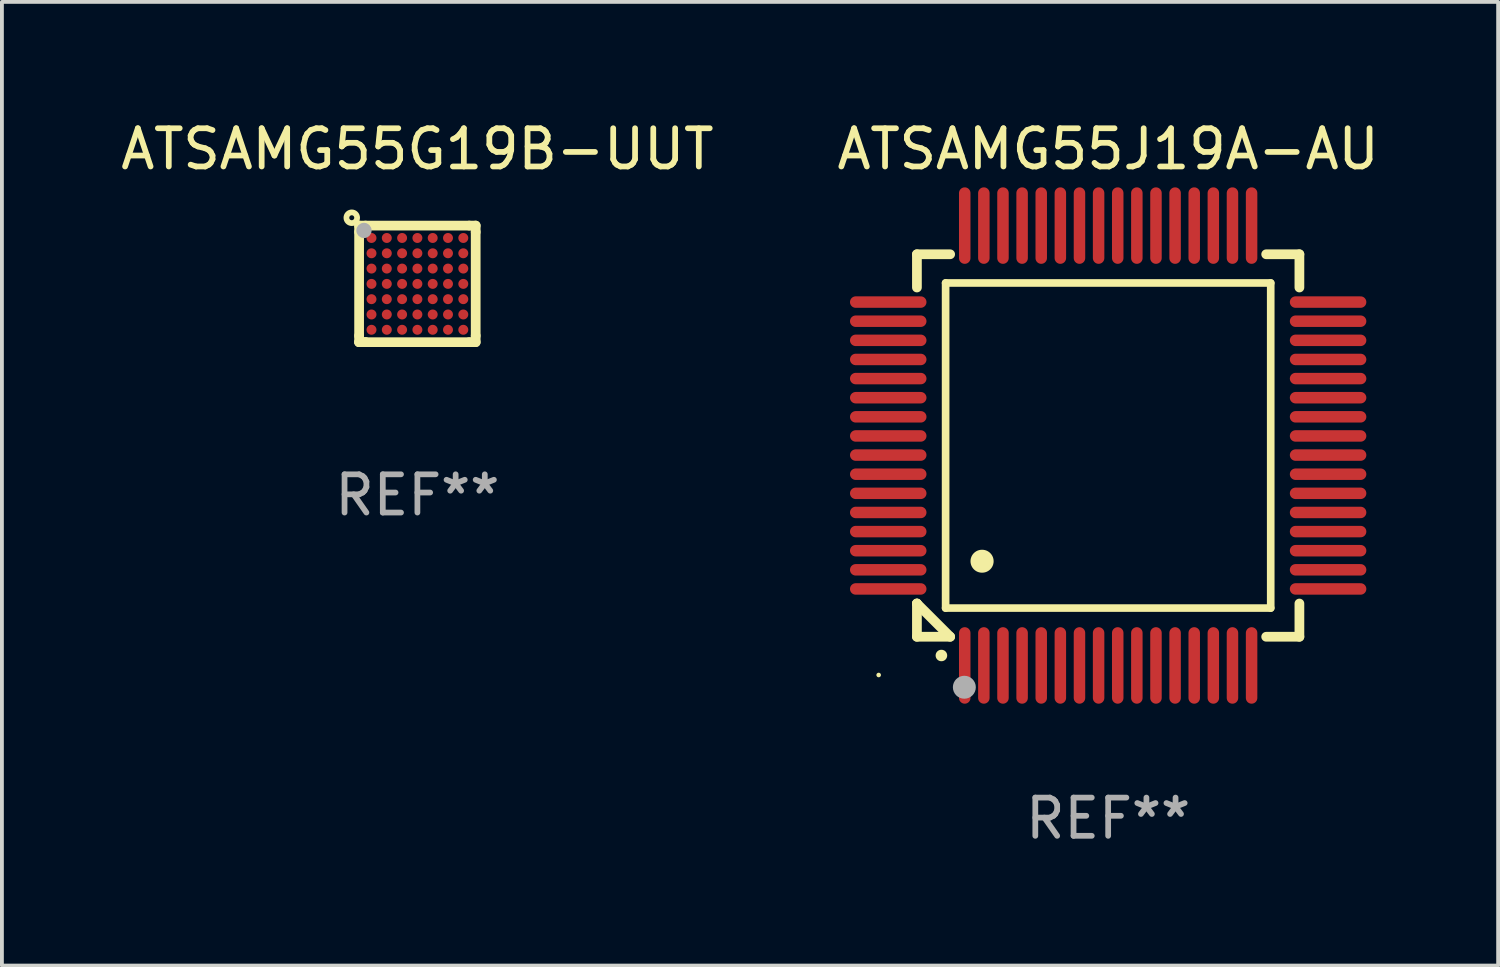
<source format=kicad_pcb>
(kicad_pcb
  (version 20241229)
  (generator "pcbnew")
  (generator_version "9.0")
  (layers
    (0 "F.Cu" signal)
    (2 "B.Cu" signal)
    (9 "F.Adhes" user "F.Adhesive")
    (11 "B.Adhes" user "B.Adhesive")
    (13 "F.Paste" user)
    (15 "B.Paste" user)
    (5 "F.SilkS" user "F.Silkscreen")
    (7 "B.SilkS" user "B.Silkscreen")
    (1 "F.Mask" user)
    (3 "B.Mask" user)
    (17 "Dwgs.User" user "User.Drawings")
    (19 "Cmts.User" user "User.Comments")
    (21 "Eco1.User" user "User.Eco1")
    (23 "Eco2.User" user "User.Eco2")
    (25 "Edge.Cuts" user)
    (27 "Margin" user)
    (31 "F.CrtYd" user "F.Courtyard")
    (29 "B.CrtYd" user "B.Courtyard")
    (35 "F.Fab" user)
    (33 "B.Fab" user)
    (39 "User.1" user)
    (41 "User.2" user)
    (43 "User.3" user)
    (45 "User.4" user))
  (footprint "ATSAMG55J19A-AU"
    (layer "F.Cu")
    (at 25.923 8.598)
    (property "Reference" "ATSAMG55J19A-AU" (at 0 -7.75 0) (layer "F.SilkS") (effects (font (size 1 1) (thickness 0.15))))
    (attr through_hole)
    (fp_line (start -5 -5) (end -4.131 -5) (stroke (width 0.254) (type solid)) (layer "F.SilkS"))
    (fp_line (start -5 -4.131) (end -5 -5) (stroke (width 0.254) (type solid)) (layer "F.SilkS"))
    (fp_line (start -5 4.131) (end -5 4.131) (stroke (width 0.254) (type solid)) (layer "F.SilkS"))
    (fp_line (start -5 5) (end -5 4.131) (stroke (width 0.254) (type solid)) (layer "F.SilkS"))
    (fp_line (start -5 4.131) (end -4.131 5) (stroke (width 0.254) (type solid)) (layer "F.SilkS"))
    (fp_line (start -4.25 -4.25) (end -4.25 4.25) (stroke (width 0.2) (type solid)) (layer "F.SilkS"))
    (fp_line (start -4.25 4.25) (end 4.25 4.25) (stroke (width 0.2) (type solid)) (layer "F.SilkS"))
    (fp_line (start -4.131 5) (end -5 5) (stroke (width 0.254) (type solid)) (layer "F.SilkS"))
    (fp_line (start 4.25 -4.25) (end -4.25 -4.25) (stroke (width 0.2) (type solid)) (layer "F.SilkS"))
    (fp_line (start 4.25 4.25) (end 4.25 -4.25) (stroke (width 0.2) (type solid)) (layer "F.SilkS"))
    (fp_line (start 5 -5) (end 4.131 -5) (stroke (width 0.254) (type solid)) (layer "F.SilkS"))
    (fp_line (start 5 -5) (end 5 -4.131) (stroke (width 0.254) (type solid)) (layer "F.SilkS"))
    (fp_line (start 5 4.131) (end 5 5) (stroke (width 0.254) (type solid)) (layer "F.SilkS"))
    (fp_line (start 5 5) (end 4.131 5) (stroke (width 0.254) (type solid)) (layer "F.SilkS"))
    (fp_arc (start -4.361265 5.489992) (mid -4.359995 5.489987) (end -4.358725 5.489992) (stroke (width 0.3) (type solid)) (layer "F.SilkS"))
    (fp_arc (start -3.299467 3.025146) (mid -3.296927 3.025135) (end -3.294387 3.025146) (stroke (width 0.6) (type solid)) (layer "F.SilkS"))
    (fp_circle (center -6 6) (end -5.97 6) (stroke (width 0.06) (type solid)) (fill no) (layer "F.SilkS"))
    (fp_circle (center -3.76 6.32) (end -3.61 6.32) (stroke (width 0.3) (type solid)) (fill no) (layer "F.Fab"))
    (fp_text user "REF**" (at 0 9.75 0) (layer "F.Fab") (effects (font (size 1 1) (thickness 0.15))))
    (pad "1" smd oval (at -3.75 5.75) (size 0.3 2) (layers "F.Cu" "F.Mask" "F.Paste"))
    (pad "2" smd oval (at -3.25 5.75) (size 0.3 2) (layers "F.Cu" "F.Mask" "F.Paste"))
    (pad "3" smd oval (at -2.75 5.75) (size 0.3 2) (layers "F.Cu" "F.Mask" "F.Paste"))
    (pad "4" smd oval (at -2.25 5.75) (size 0.3 2) (layers "F.Cu" "F.Mask" "F.Paste"))
    (pad "5" smd oval (at -1.75 5.75) (size 0.3 2) (layers "F.Cu" "F.Mask" "F.Paste"))
    (pad "6" smd oval (at -1.25 5.75) (size 0.3 2) (layers "F.Cu" "F.Mask" "F.Paste"))
    (pad "7" smd oval (at -0.75 5.75) (size 0.3 2) (layers "F.Cu" "F.Mask" "F.Paste"))
    (pad "8" smd oval (at -0.25 5.75) (size 0.3 2) (layers "F.Cu" "F.Mask" "F.Paste"))
    (pad "9" smd oval (at 0.25 5.75) (size 0.3 2) (layers "F.Cu" "F.Mask" "F.Paste"))
    (pad "10" smd oval (at 0.75 5.75) (size 0.3 2) (layers "F.Cu" "F.Mask" "F.Paste"))
    (pad "11" smd oval (at 1.25 5.75) (size 0.3 2) (layers "F.Cu" "F.Mask" "F.Paste"))
    (pad "12" smd oval (at 1.75 5.75) (size 0.3 2) (layers "F.Cu" "F.Mask" "F.Paste"))
    (pad "13" smd oval (at 2.25 5.75) (size 0.3 2) (layers "F.Cu" "F.Mask" "F.Paste"))
    (pad "14" smd oval (at 2.75 5.75) (size 0.3 2) (layers "F.Cu" "F.Mask" "F.Paste"))
    (pad "15" smd oval (at 3.25 5.75) (size 0.3 2) (layers "F.Cu" "F.Mask" "F.Paste"))
    (pad "16" smd oval (at 3.75 5.75) (size 0.3 2) (layers "F.Cu" "F.Mask" "F.Paste"))
    (pad "17" smd oval (at 5.75 3.75) (size 2 0.3) (layers "F.Cu" "F.Mask" "F.Paste"))
    (pad "18" smd oval (at 5.75 3.25) (size 2 0.3) (layers "F.Cu" "F.Mask" "F.Paste"))
    (pad "19" smd oval (at 5.75 2.75) (size 2 0.3) (layers "F.Cu" "F.Mask" "F.Paste"))
    (pad "20" smd oval (at 5.75 2.25) (size 2 0.3) (layers "F.Cu" "F.Mask" "F.Paste"))
    (pad "21" smd oval (at 5.75 1.75) (size 2 0.3) (layers "F.Cu" "F.Mask" "F.Paste"))
    (pad "22" smd oval (at 5.75 1.25) (size 2 0.3) (layers "F.Cu" "F.Mask" "F.Paste"))
    (pad "23" smd oval (at 5.75 0.75) (size 2 0.3) (layers "F.Cu" "F.Mask" "F.Paste"))
    (pad "24" smd oval (at 5.75 0.25) (size 2 0.3) (layers "F.Cu" "F.Mask" "F.Paste"))
    (pad "25" smd oval (at 5.75 -0.25) (size 2 0.3) (layers "F.Cu" "F.Mask" "F.Paste"))
    (pad "26" smd oval (at 5.75 -0.75) (size 2 0.3) (layers "F.Cu" "F.Mask" "F.Paste"))
    (pad "27" smd oval (at 5.75 -1.25) (size 2 0.3) (layers "F.Cu" "F.Mask" "F.Paste"))
    (pad "28" smd oval (at 5.75 -1.75) (size 2 0.3) (layers "F.Cu" "F.Mask" "F.Paste"))
    (pad "29" smd oval (at 5.75 -2.25) (size 2 0.3) (layers "F.Cu" "F.Mask" "F.Paste"))
    (pad "30" smd oval (at 5.75 -2.75) (size 2 0.3) (layers "F.Cu" "F.Mask" "F.Paste"))
    (pad "31" smd oval (at 5.75 -3.25) (size 2 0.3) (layers "F.Cu" "F.Mask" "F.Paste"))
    (pad "32" smd oval (at 5.75 -3.75) (size 2 0.3) (layers "F.Cu" "F.Mask" "F.Paste"))
    (pad "33" smd oval (at 3.75 -5.75) (size 0.3 2) (layers "F.Cu" "F.Mask" "F.Paste"))
    (pad "34" smd oval (at 3.25 -5.75) (size 0.3 2) (layers "F.Cu" "F.Mask" "F.Paste"))
    (pad "35" smd oval (at 2.75 -5.75) (size 0.3 2) (layers "F.Cu" "F.Mask" "F.Paste"))
    (pad "36" smd oval (at 2.25 -5.75) (size 0.3 2) (layers "F.Cu" "F.Mask" "F.Paste"))
    (pad "37" smd oval (at 1.75 -5.75) (size 0.3 2) (layers "F.Cu" "F.Mask" "F.Paste"))
    (pad "38" smd oval (at 1.25 -5.75) (size 0.3 2) (layers "F.Cu" "F.Mask" "F.Paste"))
    (pad "39" smd oval (at 0.75 -5.75) (size 0.3 2) (layers "F.Cu" "F.Mask" "F.Paste"))
    (pad "40" smd oval (at 0.25 -5.75) (size 0.3 2) (layers "F.Cu" "F.Mask" "F.Paste"))
    (pad "41" smd oval (at -0.25 -5.75) (size 0.3 2) (layers "F.Cu" "F.Mask" "F.Paste"))
    (pad "42" smd oval (at -0.75 -5.75) (size 0.3 2) (layers "F.Cu" "F.Mask" "F.Paste"))
    (pad "43" smd oval (at -1.25 -5.75) (size 0.3 2) (layers "F.Cu" "F.Mask" "F.Paste"))
    (pad "44" smd oval (at -1.75 -5.75) (size 0.3 2) (layers "F.Cu" "F.Mask" "F.Paste"))
    (pad "45" smd oval (at -2.25 -5.75) (size 0.3 2) (layers "F.Cu" "F.Mask" "F.Paste"))
    (pad "46" smd oval (at -2.75 -5.75) (size 0.3 2) (layers "F.Cu" "F.Mask" "F.Paste"))
    (pad "47" smd oval (at -3.25 -5.75) (size 0.3 2) (layers "F.Cu" "F.Mask" "F.Paste"))
    (pad "48" smd oval (at -3.75 -5.75) (size 0.3 2) (layers "F.Cu" "F.Mask" "F.Paste"))
    (pad "49" smd oval (at -5.75 -3.75) (size 2 0.3) (layers "F.Cu" "F.Mask" "F.Paste"))
    (pad "50" smd oval (at -5.75 -3.25) (size 2 0.3) (layers "F.Cu" "F.Mask" "F.Paste"))
    (pad "51" smd oval (at -5.75 -2.75) (size 2 0.3) (layers "F.Cu" "F.Mask" "F.Paste"))
    (pad "52" smd oval (at -5.75 -2.25) (size 2 0.3) (layers "F.Cu" "F.Mask" "F.Paste"))
    (pad "53" smd oval (at -5.75 -1.75) (size 2 0.3) (layers "F.Cu" "F.Mask" "F.Paste"))
    (pad "54" smd oval (at -5.75 -1.25) (size 2 0.3) (layers "F.Cu" "F.Mask" "F.Paste"))
    (pad "55" smd oval (at -5.75 -0.75) (size 2 0.3) (layers "F.Cu" "F.Mask" "F.Paste"))
    (pad "56" smd oval (at -5.75 -0.25) (size 2 0.3) (layers "F.Cu" "F.Mask" "F.Paste"))
    (pad "57" smd oval (at -5.75 0.25) (size 2 0.3) (layers "F.Cu" "F.Mask" "F.Paste"))
    (pad "58" smd oval (at -5.75 0.75) (size 2 0.3) (layers "F.Cu" "F.Mask" "F.Paste"))
    (pad "59" smd oval (at -5.75 1.25) (size 2 0.3) (layers "F.Cu" "F.Mask" "F.Paste"))
    (pad "60" smd oval (at -5.75 1.75) (size 2 0.3) (layers "F.Cu" "F.Mask" "F.Paste"))
    (pad "61" smd oval (at -5.75 2.25) (size 2 0.3) (layers "F.Cu" "F.Mask" "F.Paste"))
    (pad "62" smd oval (at -5.75 2.75) (size 2 0.3) (layers "F.Cu" "F.Mask" "F.Paste"))
    (pad "63" smd oval (at -5.75 3.25) (size 2 0.3) (layers "F.Cu" "F.Mask" "F.Paste"))
    (pad "64" smd oval (at -5.75 3.75) (size 2 0.3) (layers "F.Cu" "F.Mask" "F.Paste")))
  (footprint "ATSAMG55G19B-UUT"
    (layer "F.Cu")
    (at 7.863 4.372)
    (property "Reference" "ATSAMG55G19B-UUT" (at 0 -3.524 0) (layer "F.SilkS") (effects (font (size 1 1) (thickness 0.15))))
    (attr through_hole)
    (fp_line (start -1.524 -1.524) (end -1.356 -1.524) (stroke (width 0.254) (type solid)) (layer "F.SilkS"))
    (fp_line (start -1.524 -1.356) (end -1.524 -1.524) (stroke (width 0.254) (type solid)) (layer "F.SilkS"))
    (fp_line (start -1.524 -1.356) (end -1.524 1.356) (stroke (width 0.254) (type solid)) (layer "F.SilkS"))
    (fp_line (start -1.524 1.524) (end -1.524 1.356) (stroke (width 0.254) (type solid)) (layer "F.SilkS"))
    (fp_line (start -1.356 -1.524) (end 1.356 -1.524) (stroke (width 0.254) (type solid)) (layer "F.SilkS"))
    (fp_line (start -1.356 1.524) (end -1.524 1.524) (stroke (width 0.254) (type solid)) (layer "F.SilkS"))
    (fp_line (start -1.356 1.524) (end -1.524 1.524) (stroke (width 0.254) (type solid)) (layer "F.SilkS"))
    (fp_line (start 1.356 -1.524) (end 1.524 -1.524) (stroke (width 0.254) (type solid)) (layer "F.SilkS"))
    (fp_line (start 1.356 1.524) (end -1.356 1.524) (stroke (width 0.254) (type solid)) (layer "F.SilkS"))
    (fp_line (start 1.524 -1.524) (end 1.524 -1.356) (stroke (width 0.254) (type solid)) (layer "F.SilkS"))
    (fp_line (start 1.524 -1.356) (end 1.524 1.356) (stroke (width 0.254) (type solid)) (layer "F.SilkS"))
    (fp_line (start 1.524 1.356) (end 1.524 1.524) (stroke (width 0.254) (type solid)) (layer "F.SilkS"))
    (fp_line (start 1.524 1.524) (end 1.356 1.524) (stroke (width 0.254) (type solid)) (layer "F.SilkS"))
    (fp_circle (center -1.716 -1.729) (end -1.651 -1.729) (stroke (width 0.15) (type solid)) (fill no) (layer "F.SilkS"))
    (fp_circle (center -1.4 -1.4) (end -1.37 -1.4) (stroke (width 0.06) (type solid)) (fill no) (layer "F.SilkS"))
    (fp_circle (center -1.397 -1.397) (end -1.297 -1.397) (stroke (width 0.2) (type solid)) (fill no) (layer "F.Fab"))
    (fp_text user "REF**" (at 0 5.524 0) (layer "F.Fab") (effects (font (size 1 1) (thickness 0.15))))
    (pad "A1" smd circle (at -1.2 -1.2) (size 0.26 0.26) (layers "F.Cu" "F.Mask" "F.Paste"))
    (pad "A2" smd circle (at -0.8 -1.2) (size 0.26 0.26) (layers "F.Cu" "F.Mask" "F.Paste"))
    (pad "A3" smd circle (at -0.4 -1.2) (size 0.26 0.26) (layers "F.Cu" "F.Mask" "F.Paste"))
    (pad "A4" smd circle (at 0.000025 -1.2) (size 0.26 0.26) (layers "F.Cu" "F.Mask" "F.Paste"))
    (pad "A5" smd circle (at 0.4 -1.2) (size 0.26 0.26) (layers "F.Cu" "F.Mask" "F.Paste"))
    (pad "A6" smd circle (at 0.8 -1.2) (size 0.26 0.26) (layers "F.Cu" "F.Mask" "F.Paste"))
    (pad "A7" smd circle (at 1.2 -1.2) (size 0.26 0.26) (layers "F.Cu" "F.Mask" "F.Paste"))
    (pad "B1" smd circle (at -1.2 -0.8) (size 0.26 0.26) (layers "F.Cu" "F.Mask" "F.Paste"))
    (pad "B2" smd circle (at -0.8 -0.8) (size 0.26 0.26) (layers "F.Cu" "F.Mask" "F.Paste"))
    (pad "B3" smd circle (at -0.4 -0.8) (size 0.26 0.26) (layers "F.Cu" "F.Mask" "F.Paste"))
    (pad "B4" smd circle (at 0.000025 -0.8) (size 0.26 0.26) (layers "F.Cu" "F.Mask" "F.Paste"))
    (pad "B5" smd circle (at 0.4 -0.8) (size 0.26 0.26) (layers "F.Cu" "F.Mask" "F.Paste"))
    (pad "B6" smd circle (at 0.8 -0.8) (size 0.26 0.26) (layers "F.Cu" "F.Mask" "F.Paste"))
    (pad "B7" smd circle (at 1.2 -0.8) (size 0.26 0.26) (layers "F.Cu" "F.Mask" "F.Paste"))
    (pad "C1" smd circle (at -1.2 -0.4) (size 0.26 0.26) (layers "F.Cu" "F.Mask" "F.Paste"))
    (pad "C2" smd circle (at -0.8 -0.4) (size 0.26 0.26) (layers "F.Cu" "F.Mask" "F.Paste"))
    (pad "C3" smd circle (at -0.4 -0.4) (size 0.26 0.26) (layers "F.Cu" "F.Mask" "F.Paste"))
    (pad "C4" smd circle (at 0.000025 -0.4) (size 0.26 0.26) (layers "F.Cu" "F.Mask" "F.Paste"))
    (pad "C5" smd circle (at 0.4 -0.4) (size 0.26 0.26) (layers "F.Cu" "F.Mask" "F.Paste"))
    (pad "C6" smd circle (at 0.8 -0.4) (size 0.26 0.26) (layers "F.Cu" "F.Mask" "F.Paste"))
    (pad "C7" smd circle (at 1.2 -0.4) (size 0.26 0.26) (layers "F.Cu" "F.Mask" "F.Paste"))
    (pad "D1" smd circle (at -1.2 -0.000127) (size 0.26 0.26) (layers "F.Cu" "F.Mask" "F.Paste"))
    (pad "D2" smd circle (at -0.8 -0.000127) (size 0.26 0.26) (layers "F.Cu" "F.Mask" "F.Paste"))
    (pad "D3" smd circle (at -0.4 -0.000127) (size 0.26 0.26) (layers "F.Cu" "F.Mask" "F.Paste"))
    (pad "D4" smd circle (at 0.000025 -0.000127) (size 0.26 0.26) (layers "F.Cu" "F.Mask" "F.Paste"))
    (pad "D5" smd circle (at 0.4 -0.000127) (size 0.26 0.26) (layers "F.Cu" "F.Mask" "F.Paste"))
    (pad "D6" smd circle (at 0.8 -0.000127) (size 0.26 0.26) (layers "F.Cu" "F.Mask" "F.Paste"))
    (pad "D7" smd circle (at 1.2 -0.000127) (size 0.26 0.26) (layers "F.Cu" "F.Mask" "F.Paste"))
    (pad "E1" smd circle (at -1.2 0.4) (size 0.26 0.26) (layers "F.Cu" "F.Mask" "F.Paste"))
    (pad "E2" smd circle (at -0.8 0.4) (size 0.26 0.26) (layers "F.Cu" "F.Mask" "F.Paste"))
    (pad "E3" smd circle (at -0.4 0.4) (size 0.26 0.26) (layers "F.Cu" "F.Mask" "F.Paste"))
    (pad "E4" smd circle (at 0.000025 0.4) (size 0.26 0.26) (layers "F.Cu" "F.Mask" "F.Paste"))
    (pad "E5" smd circle (at 0.4 0.4) (size 0.26 0.26) (layers "F.Cu" "F.Mask" "F.Paste"))
    (pad "E6" smd circle (at 0.8 0.4) (size 0.26 0.26) (layers "F.Cu" "F.Mask" "F.Paste"))
    (pad "E7" smd circle (at 1.2 0.4) (size 0.26 0.26) (layers "F.Cu" "F.Mask" "F.Paste"))
    (pad "F1" smd circle (at -1.2 0.8) (size 0.26 0.26) (layers "F.Cu" "F.Mask" "F.Paste"))
    (pad "F2" smd circle (at -0.8 0.8) (size 0.26 0.26) (layers "F.Cu" "F.Mask" "F.Paste"))
    (pad "F3" smd circle (at -0.4 0.8) (size 0.26 0.26) (layers "F.Cu" "F.Mask" "F.Paste"))
    (pad "F4" smd circle (at 0.000025 0.8) (size 0.26 0.26) (layers "F.Cu" "F.Mask" "F.Paste"))
    (pad "F5" smd circle (at 0.4 0.8) (size 0.26 0.26) (layers "F.Cu" "F.Mask" "F.Paste"))
    (pad "F6" smd circle (at 0.8 0.8) (size 0.26 0.26) (layers "F.Cu" "F.Mask" "F.Paste"))
    (pad "F7" smd circle (at 1.2 0.8) (size 0.26 0.26) (layers "F.Cu" "F.Mask" "F.Paste"))
    (pad "G1" smd circle (at -1.2 1.2) (size 0.26 0.26) (layers "F.Cu" "F.Mask" "F.Paste"))
    (pad "G2" smd circle (at -0.8 1.2) (size 0.26 0.26) (layers "F.Cu" "F.Mask" "F.Paste"))
    (pad "G3" smd circle (at -0.4 1.2) (size 0.26 0.26) (layers "F.Cu" "F.Mask" "F.Paste"))
    (pad "G4" smd circle (at 0.000025 1.2) (size 0.26 0.26) (layers "F.Cu" "F.Mask" "F.Paste"))
    (pad "G5" smd circle (at 0.4 1.2) (size 0.26 0.26) (layers "F.Cu" "F.Mask" "F.Paste"))
    (pad "G6" smd circle (at 0.8 1.2) (size 0.26 0.26) (layers "F.Cu" "F.Mask" "F.Paste"))
    (pad "G7" smd circle (at 1.2 1.2) (size 0.26 0.26) (layers "F.Cu" "F.Mask" "F.Paste")))
  (gr_rect
    (start -3 -3)
    (end 36.119 22.196)
    (stroke (width 0.1) (type default))
    (fill no)
    (layer "Edge.Cuts")))
</source>
